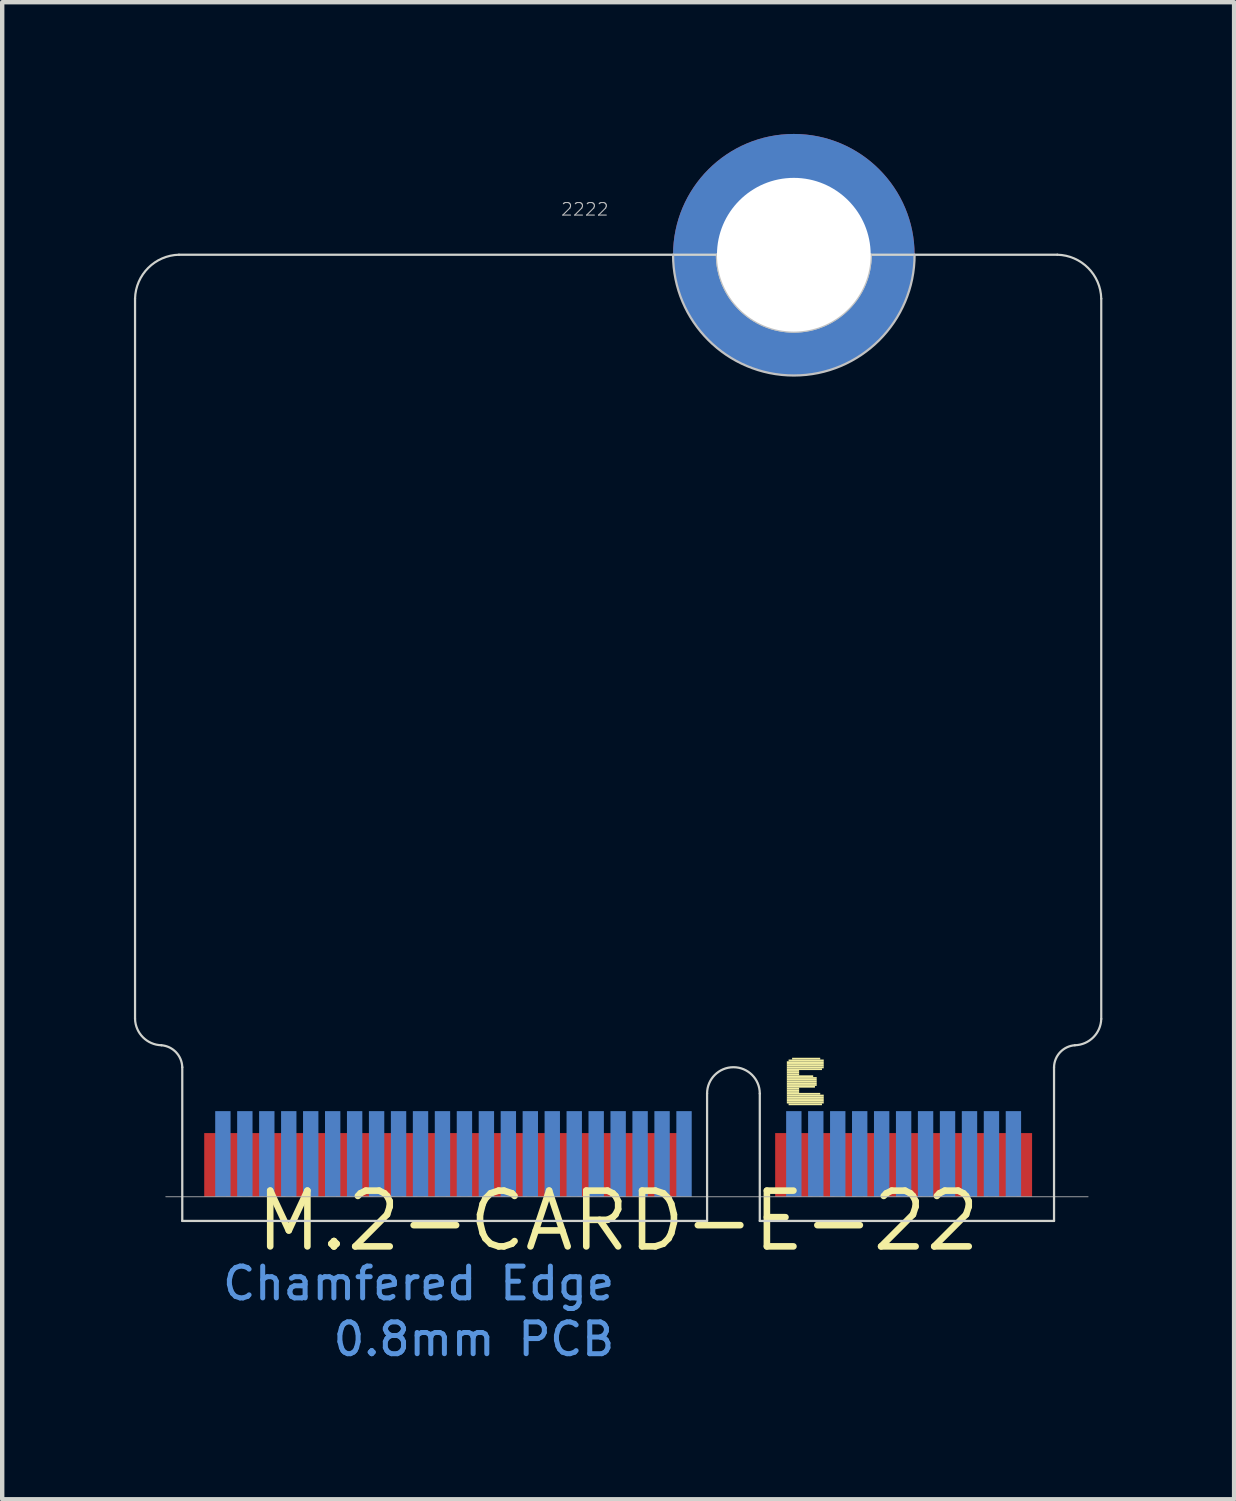
<source format=kicad_pcb>
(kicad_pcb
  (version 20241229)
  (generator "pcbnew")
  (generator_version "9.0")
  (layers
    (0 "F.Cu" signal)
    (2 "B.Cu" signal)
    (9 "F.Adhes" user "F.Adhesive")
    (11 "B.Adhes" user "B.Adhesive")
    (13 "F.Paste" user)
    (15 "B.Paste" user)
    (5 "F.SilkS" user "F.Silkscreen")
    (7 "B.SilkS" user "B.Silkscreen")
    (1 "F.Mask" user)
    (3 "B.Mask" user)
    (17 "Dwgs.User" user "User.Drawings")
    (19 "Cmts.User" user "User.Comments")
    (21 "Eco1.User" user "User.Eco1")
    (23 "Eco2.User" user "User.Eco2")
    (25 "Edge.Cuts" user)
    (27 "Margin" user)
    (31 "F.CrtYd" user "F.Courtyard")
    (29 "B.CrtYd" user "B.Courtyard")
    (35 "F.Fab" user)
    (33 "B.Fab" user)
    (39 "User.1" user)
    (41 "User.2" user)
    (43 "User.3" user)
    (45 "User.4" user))
  (footprint "M.2-CARD-E-22"
    (layer "F.Cu")
    (at 11.025 24.75)
    (property "Reference" "M.2-CARD-E-22" (at 0 0 0) (layer "F.SilkS") (effects (font (size 1.27 1.27) (thickness 0.15))))
    (attr smd exclude_from_pos_files exclude_from_bom allow_missing_courtyard allow_soldermask_bridges)
    (fp_poly (pts (xy 3.841 -3.595) (xy 4.681 -3.595) (xy 4.681 -3.635) (xy 3.841 -3.635)) (stroke (width 0) (type solid)) (fill yes) (layer "F.SilkS"))
    (fp_poly (pts (xy 3.841 -3.555) (xy 4.681 -3.555) (xy 4.681 -3.595) (xy 3.841 -3.595)) (stroke (width 0) (type solid)) (fill yes) (layer "F.SilkS"))
    (fp_poly (pts (xy 3.841 -3.515) (xy 4.681 -3.515) (xy 4.681 -3.555) (xy 3.841 -3.555)) (stroke (width 0) (type solid)) (fill yes) (layer "F.SilkS"))
    (fp_poly (pts (xy 3.841 -3.475) (xy 4.681 -3.475) (xy 4.681 -3.515) (xy 3.841 -3.515)) (stroke (width 0) (type solid)) (fill yes) (layer "F.SilkS"))
    (fp_poly (pts (xy 3.841 -3.435) (xy 4.641 -3.435) (xy 4.641 -3.475) (xy 3.841 -3.475)) (stroke (width 0) (type solid)) (fill yes) (layer "F.SilkS"))
    (fp_poly (pts (xy 3.841 -3.395) (xy 4.121 -3.395) (xy 4.121 -3.435) (xy 3.841 -3.435)) (stroke (width 0) (type solid)) (fill yes) (layer "F.SilkS"))
    (fp_poly (pts (xy 3.841 -3.355) (xy 4.121 -3.355) (xy 4.121 -3.395) (xy 3.841 -3.395)) (stroke (width 0) (type solid)) (fill yes) (layer "F.SilkS"))
    (fp_poly (pts (xy 3.841 -3.315) (xy 4.121 -3.315) (xy 4.121 -3.355) (xy 3.841 -3.355)) (stroke (width 0) (type solid)) (fill yes) (layer "F.SilkS"))
    (fp_poly (pts (xy 3.841 -3.275) (xy 4.441 -3.275) (xy 4.441 -3.315) (xy 3.841 -3.315)) (stroke (width 0) (type solid)) (fill yes) (layer "F.SilkS"))
    (fp_poly (pts (xy 3.841 -3.235) (xy 4.521 -3.235) (xy 4.521 -3.275) (xy 3.841 -3.275)) (stroke (width 0) (type solid)) (fill yes) (layer "F.SilkS"))
    (fp_poly (pts (xy 3.841 -3.195) (xy 4.521 -3.195) (xy 4.521 -3.235) (xy 3.841 -3.235)) (stroke (width 0) (type solid)) (fill yes) (layer "F.SilkS"))
    (fp_poly (pts (xy 3.841 -3.155) (xy 4.521 -3.155) (xy 4.521 -3.195) (xy 3.841 -3.195)) (stroke (width 0) (type solid)) (fill yes) (layer "F.SilkS"))
    (fp_poly (pts (xy 3.841 -3.115) (xy 4.521 -3.115) (xy 4.521 -3.155) (xy 3.841 -3.155)) (stroke (width 0) (type solid)) (fill yes) (layer "F.SilkS"))
    (fp_poly (pts (xy 3.841 -3.075) (xy 4.521 -3.075) (xy 4.521 -3.115) (xy 3.841 -3.115)) (stroke (width 0) (type solid)) (fill yes) (layer "F.SilkS"))
    (fp_poly (pts (xy 3.841 -3.035) (xy 4.481 -3.035) (xy 4.481 -3.075) (xy 3.841 -3.075)) (stroke (width 0) (type solid)) (fill yes) (layer "F.SilkS"))
    (fp_poly (pts (xy 3.841 -2.995) (xy 4.121 -2.995) (xy 4.121 -3.035) (xy 3.841 -3.035)) (stroke (width 0) (type solid)) (fill yes) (layer "F.SilkS"))
    (fp_poly (pts (xy 3.841 -2.955) (xy 4.121 -2.955) (xy 4.121 -2.995) (xy 3.841 -2.995)) (stroke (width 0) (type solid)) (fill yes) (layer "F.SilkS"))
    (fp_poly (pts (xy 3.841 -2.915) (xy 4.121 -2.915) (xy 4.121 -2.955) (xy 3.841 -2.955)) (stroke (width 0) (type solid)) (fill yes) (layer "F.SilkS"))
    (fp_poly (pts (xy 3.841 -2.875) (xy 4.601 -2.875) (xy 4.601 -2.915) (xy 3.841 -2.915)) (stroke (width 0) (type solid)) (fill yes) (layer "F.SilkS"))
    (fp_poly (pts (xy 3.841 -2.835) (xy 4.681 -2.835) (xy 4.681 -2.875) (xy 3.841 -2.875)) (stroke (width 0) (type solid)) (fill yes) (layer "F.SilkS"))
    (fp_poly (pts (xy 3.841 -2.795) (xy 4.681 -2.795) (xy 4.681 -2.835) (xy 3.841 -2.835)) (stroke (width 0) (type solid)) (fill yes) (layer "F.SilkS"))
    (fp_poly (pts (xy 3.841 -2.755) (xy 4.681 -2.755) (xy 4.681 -2.795) (xy 3.841 -2.795)) (stroke (width 0) (type solid)) (fill yes) (layer "F.SilkS"))
    (fp_poly (pts (xy 3.841 -2.715) (xy 4.681 -2.715) (xy 4.681 -2.755) (xy 3.841 -2.755)) (stroke (width 0) (type solid)) (fill yes) (layer "F.SilkS"))
    (fp_poly (pts (xy 3.841 -2.675) (xy 4.681 -2.675) (xy 4.681 -2.715) (xy 3.841 -2.715)) (stroke (width 0) (type solid)) (fill yes) (layer "F.SilkS"))
    (fp_poly (pts (xy 3.881 -3.635) (xy 4.681 -3.635) (xy 4.681 -3.675) (xy 3.881 -3.675)) (stroke (width 0) (type solid)) (fill yes) (layer "F.SilkS"))
    (fp_poly (pts (xy 3.881 -2.635) (xy 4.641 -2.635) (xy 4.641 -2.675) (xy 3.881 -2.675)) (stroke (width 0) (type solid)) (fill yes) (layer "F.SilkS"))
    (fp_poly (pts (xy 3.961 -3.675) (xy 4.601 -3.675) (xy 4.601 -3.715) (xy 3.961 -3.715)) (stroke (width 0) (type solid)) (fill yes) (layer "F.SilkS"))
    (fp_arc (start 5.75 -22) (mid 4 -20.25) (end 2.25 -22) (stroke (width 0.0508) (type solid)) (layer "Dwgs.User"))
    (fp_arc (start 6.75 -22) (mid 4 -19.25) (end 1.25 -22) (stroke (width 0.0508) (type solid)) (layer "Dwgs.User"))
    (fp_line (start -11 -21) (end -11 -4.6) (stroke (width 0.051) (type solid)) (layer "Edge.Cuts"))
    (fp_line (start -9.925 0) (end -9.925 -3.5) (stroke (width 0.051) (type solid)) (layer "Edge.Cuts"))
    (fp_line (start 2.025 -2.9) (end 2.025 0) (stroke (width 0.051) (type solid)) (layer "Edge.Cuts"))
    (fp_line (start 2.025 0) (end -9.925 0) (stroke (width 0.051) (type solid)) (layer "Edge.Cuts"))
    (fp_line (start 2.25 -22) (end -10 -22) (stroke (width 0.051) (type solid)) (layer "Edge.Cuts"))
    (fp_line (start 3.225 -2.9) (end 3.225 0) (stroke (width 0.051) (type solid)) (layer "Edge.Cuts"))
    (fp_line (start 9.925 -3.5) (end 9.925 0) (stroke (width 0.051) (type solid)) (layer "Edge.Cuts"))
    (fp_line (start 9.925 0) (end 3.225 0) (stroke (width 0.051) (type solid)) (layer "Edge.Cuts"))
    (fp_line (start 10 -22) (end 5.75 -22) (stroke (width 0.051) (type solid)) (layer "Edge.Cuts"))
    (fp_line (start 11 -21) (end 11 -4.6) (stroke (width 0.05) (type solid)) (layer "Edge.Cuts"))
    (fp_arc (start -11 -21) (mid -10.7 -21.7) (end -10 -22) (stroke (width 0.05) (type solid)) (layer "Edge.Cuts"))
    (fp_arc (start -10.400001 -3.999999) (mid -10.819362 -4.180638) (end -11 -4.6) (stroke (width 0.05) (type solid)) (layer "Edge.Cuts"))
    (fp_arc (start -10.4 -4) (mid -10.066759 -3.840954) (end -9.925 -3.5) (stroke (width 0.0508) (type solid)) (layer "Edge.Cuts"))
    (fp_arc (start 2.025 -2.9) (mid 2.625 -3.5) (end 3.225 -2.9) (stroke (width 0.0508) (type solid)) (layer "Edge.Cuts"))
    (fp_arc (start 5.75 -22) (mid 4 -20.25) (end 2.25 -22) (stroke (width 0.0508) (type solid)) (layer "Edge.Cuts"))
    (fp_arc (start 9.925 -3.5) (mid 10.065344 -3.842298) (end 10.4 -4) (stroke (width 0.0508) (type solid)) (layer "Edge.Cuts"))
    (fp_arc (start 10 -22) (mid 10.7 -21.7) (end 11 -21) (stroke (width 0.05) (type solid)) (layer "Edge.Cuts"))
    (fp_arc (start 10.999999 -4.599999) (mid 10.819361 -4.180638) (end 10.4 -4) (stroke (width 0.05) (type solid)) (layer "Edge.Cuts"))
    (fp_line (start -10.3 -0.55) (end 10.7 -0.55) (stroke (width 0.02) (type solid)) (layer "F.Fab"))
    (fp_text user "2222" (at -0.2 -23.2 0) (layer "Dwgs.User") (effects (font (size 0.285 0.285) (thickness 0.024)) (justify right top)))
    (fp_text user "Chamfered Edge" (at -0.02 1 0) (layer "Cmts.User") (effects (font (size 0.724 0.724) (thickness 0.114)) (justify right top)))
    (fp_text user "0.8mm PCB" (at -0.02 2.27 0) (layer "Cmts.User") (effects (font (size 0.724 0.724) (thickness 0.114)) (justify right top)))
    (pad "1" thru_hole circle (at 4 -22) (size 5.5 5.5) (drill 3.5) (layers "*.Cu" "*.Mask"))
    (pad "1" smd rect (at 9.25 -1.275 180) (size 0.35 1.45) (layers "F.Cu" "F.Mask"))
    (pad "2" smd rect (at 9 -1.525) (size 0.35 1.95) (layers "B.Cu" "B.Mask"))
    (pad "3" smd rect (at 8.75 -1.275 180) (size 0.35 1.45) (layers "F.Cu" "F.Mask"))
    (pad "4" smd rect (at 8.5 -1.525) (size 0.35 1.95) (layers "B.Cu" "B.Mask"))
    (pad "5" smd rect (at 8.25 -1.275 180) (size 0.35 1.45) (layers "F.Cu" "F.Mask"))
    (pad "6" smd rect (at 8 -1.525) (size 0.35 1.95) (layers "B.Cu" "B.Mask"))
    (pad "7" smd rect (at 7.75 -1.275 180) (size 0.35 1.45) (layers "F.Cu" "F.Mask"))
    (pad "8" smd rect (at 7.5 -1.525) (size 0.35 1.95) (layers "B.Cu" "B.Mask"))
    (pad "9" smd rect (at 7.25 -1.275 180) (size 0.35 1.45) (layers "F.Cu" "F.Mask"))
    (pad "10" smd rect (at 7 -1.525) (size 0.35 1.95) (layers "B.Cu" "B.Mask"))
    (pad "11" smd rect (at 6.75 -1.275 180) (size 0.35 1.45) (layers "F.Cu" "F.Mask"))
    (pad "12" smd rect (at 6.5 -1.525) (size 0.35 1.95) (layers "B.Cu" "B.Mask"))
    (pad "13" smd rect (at 6.25 -1.275 180) (size 0.35 1.45) (layers "F.Cu" "F.Mask"))
    (pad "14" smd rect (at 6 -1.525) (size 0.35 1.95) (layers "B.Cu" "B.Mask"))
    (pad "15" smd rect (at 5.75 -1.275 180) (size 0.35 1.45) (layers "F.Cu" "F.Mask"))
    (pad "16" smd rect (at 5.5 -1.525) (size 0.35 1.95) (layers "B.Cu" "B.Mask"))
    (pad "17" smd rect (at 5.25 -1.275 180) (size 0.35 1.45) (layers "F.Cu" "F.Mask"))
    (pad "18" smd rect (at 5 -1.525) (size 0.35 1.95) (layers "B.Cu" "B.Mask"))
    (pad "19" smd rect (at 4.75 -1.275 180) (size 0.35 1.45) (layers "F.Cu" "F.Mask"))
    (pad "20" smd rect (at 4.5 -1.525) (size 0.35 1.95) (layers "B.Cu" "B.Mask"))
    (pad "21" smd rect (at 4.25 -1.275 180) (size 0.35 1.45) (layers "F.Cu" "F.Mask"))
    (pad "22" smd rect (at 4 -1.525) (size 0.35 1.95) (layers "B.Cu" "B.Mask"))
    (pad "23" smd rect (at 3.75 -1.275 180) (size 0.35 1.45) (layers "F.Cu" "F.Mask"))
    (pad "32" smd rect (at 1.5 -1.525) (size 0.35 1.95) (layers "B.Cu" "B.Mask"))
    (pad "33" smd rect (at 1.25 -1.275 180) (size 0.35 1.45) (layers "F.Cu" "F.Mask"))
    (pad "34" smd rect (at 1 -1.525) (size 0.35 1.95) (layers "B.Cu" "B.Mask"))
    (pad "35" smd rect (at 0.75 -1.275 180) (size 0.35 1.45) (layers "F.Cu" "F.Mask"))
    (pad "36" smd rect (at 0.5 -1.525) (size 0.35 1.95) (layers "B.Cu" "B.Mask"))
    (pad "37" smd rect (at 0.25 -1.275 180) (size 0.35 1.45) (layers "F.Cu" "F.Mask"))
    (pad "38" smd rect (at 0 -1.525) (size 0.35 1.95) (layers "B.Cu" "B.Mask"))
    (pad "39" smd rect (at -0.25 -1.275 180) (size 0.35 1.45) (layers "F.Cu" "F.Mask"))
    (pad "40" smd rect (at -0.5 -1.525) (size 0.35 1.95) (layers "B.Cu" "B.Mask"))
    (pad "41" smd rect (at -0.75 -1.275 180) (size 0.35 1.45) (layers "F.Cu" "F.Mask"))
    (pad "42" smd rect (at -1 -1.525) (size 0.35 1.95) (layers "B.Cu" "B.Mask"))
    (pad "43" smd rect (at -1.25 -1.275 180) (size 0.35 1.45) (layers "F.Cu" "F.Mask"))
    (pad "44" smd rect (at -1.5 -1.525) (size 0.35 1.95) (layers "B.Cu" "B.Mask"))
    (pad "45" smd rect (at -1.75 -1.275 180) (size 0.35 1.45) (layers "F.Cu" "F.Mask"))
    (pad "46" smd rect (at -2 -1.525) (size 0.35 1.95) (layers "B.Cu" "B.Mask"))
    (pad "47" smd rect (at -2.25 -1.275 180) (size 0.35 1.45) (layers "F.Cu" "F.Mask"))
    (pad "48" smd rect (at -2.5 -1.525) (size 0.35 1.95) (layers "B.Cu" "B.Mask"))
    (pad "49" smd rect (at -2.75 -1.275 180) (size 0.35 1.45) (layers "F.Cu" "F.Mask"))
    (pad "50" smd rect (at -3 -1.525) (size 0.35 1.95) (layers "B.Cu" "B.Mask"))
    (pad "51" smd rect (at -3.25 -1.275 180) (size 0.35 1.45) (layers "F.Cu" "F.Mask"))
    (pad "52" smd rect (at -3.5 -1.525) (size 0.35 1.95) (layers "B.Cu" "B.Mask"))
    (pad "53" smd rect (at -3.75 -1.275 180) (size 0.35 1.45) (layers "F.Cu" "F.Mask"))
    (pad "54" smd rect (at -4 -1.525) (size 0.35 1.95) (layers "B.Cu" "B.Mask"))
    (pad "55" smd rect (at -4.25 -1.275 180) (size 0.35 1.45) (layers "F.Cu" "F.Mask"))
    (pad "56" smd rect (at -4.5 -1.525) (size 0.35 1.95) (layers "B.Cu" "B.Mask"))
    (pad "57" smd rect (at -4.75 -1.275 180) (size 0.35 1.45) (layers "F.Cu" "F.Mask"))
    (pad "58" smd rect (at -5 -1.525) (size 0.35 1.95) (layers "B.Cu" "B.Mask"))
    (pad "59" smd rect (at -5.25 -1.275 180) (size 0.35 1.45) (layers "F.Cu" "F.Mask"))
    (pad "60" smd rect (at -5.5 -1.525) (size 0.35 1.95) (layers "B.Cu" "B.Mask"))
    (pad "61" smd rect (at -5.75 -1.275 180) (size 0.35 1.45) (layers "F.Cu" "F.Mask"))
    (pad "62" smd rect (at -6 -1.525) (size 0.35 1.95) (layers "B.Cu" "B.Mask"))
    (pad "63" smd rect (at -6.25 -1.275 180) (size 0.35 1.45) (layers "F.Cu" "F.Mask"))
    (pad "64" smd rect (at -6.5 -1.525) (size 0.35 1.95) (layers "B.Cu" "B.Mask"))
    (pad "65" smd rect (at -6.75 -1.275 180) (size 0.35 1.45) (layers "F.Cu" "F.Mask"))
    (pad "66" smd rect (at -7 -1.525) (size 0.35 1.95) (layers "B.Cu" "B.Mask"))
    (pad "67" smd rect (at -7.25 -1.275 180) (size 0.35 1.45) (layers "F.Cu" "F.Mask"))
    (pad "68" smd rect (at -7.5 -1.525) (size 0.35 1.95) (layers "B.Cu" "B.Mask"))
    (pad "69" smd rect (at -7.75 -1.275 180) (size 0.35 1.45) (layers "F.Cu" "F.Mask"))
    (pad "70" smd rect (at -8 -1.525) (size 0.35 1.95) (layers "B.Cu" "B.Mask"))
    (pad "71" smd rect (at -8.25 -1.275 180) (size 0.35 1.45) (layers "F.Cu" "F.Mask"))
    (pad "72" smd rect (at -8.5 -1.525) (size 0.35 1.95) (layers "B.Cu" "B.Mask"))
    (pad "73" smd rect (at -8.75 -1.275 180) (size 0.35 1.45) (layers "F.Cu" "F.Mask"))
    (pad "74" smd rect (at -9 -1.525) (size 0.35 1.95) (layers "B.Cu" "B.Mask"))
    (pad "75" smd rect (at -9.25 -1.275 180) (size 0.35 1.45) (layers "F.Cu" "F.Mask"))
    (zone (net_name "") (layers "*.Mask") (hatch full 0.5) (connect_pads) (min_thickness 0.25) (filled_areas_thickness no) (keepout (tracks allowed) (vias allowed) (pads allowed) (copperpour allowed) (footprints not_allowed)) (placement (enabled no)) (fill) (polygon (pts (xy 0.025 19.55) (xy 22.025 19.55) (xy 22.025 24.55) (xy 0.025 24.75)))))
  (gr_rect
    (start -3 -3)
    (end 25.05 31.087)
    (stroke (width 0.1) (type default))
    (fill no)
    (layer "Edge.Cuts")))
</source>
